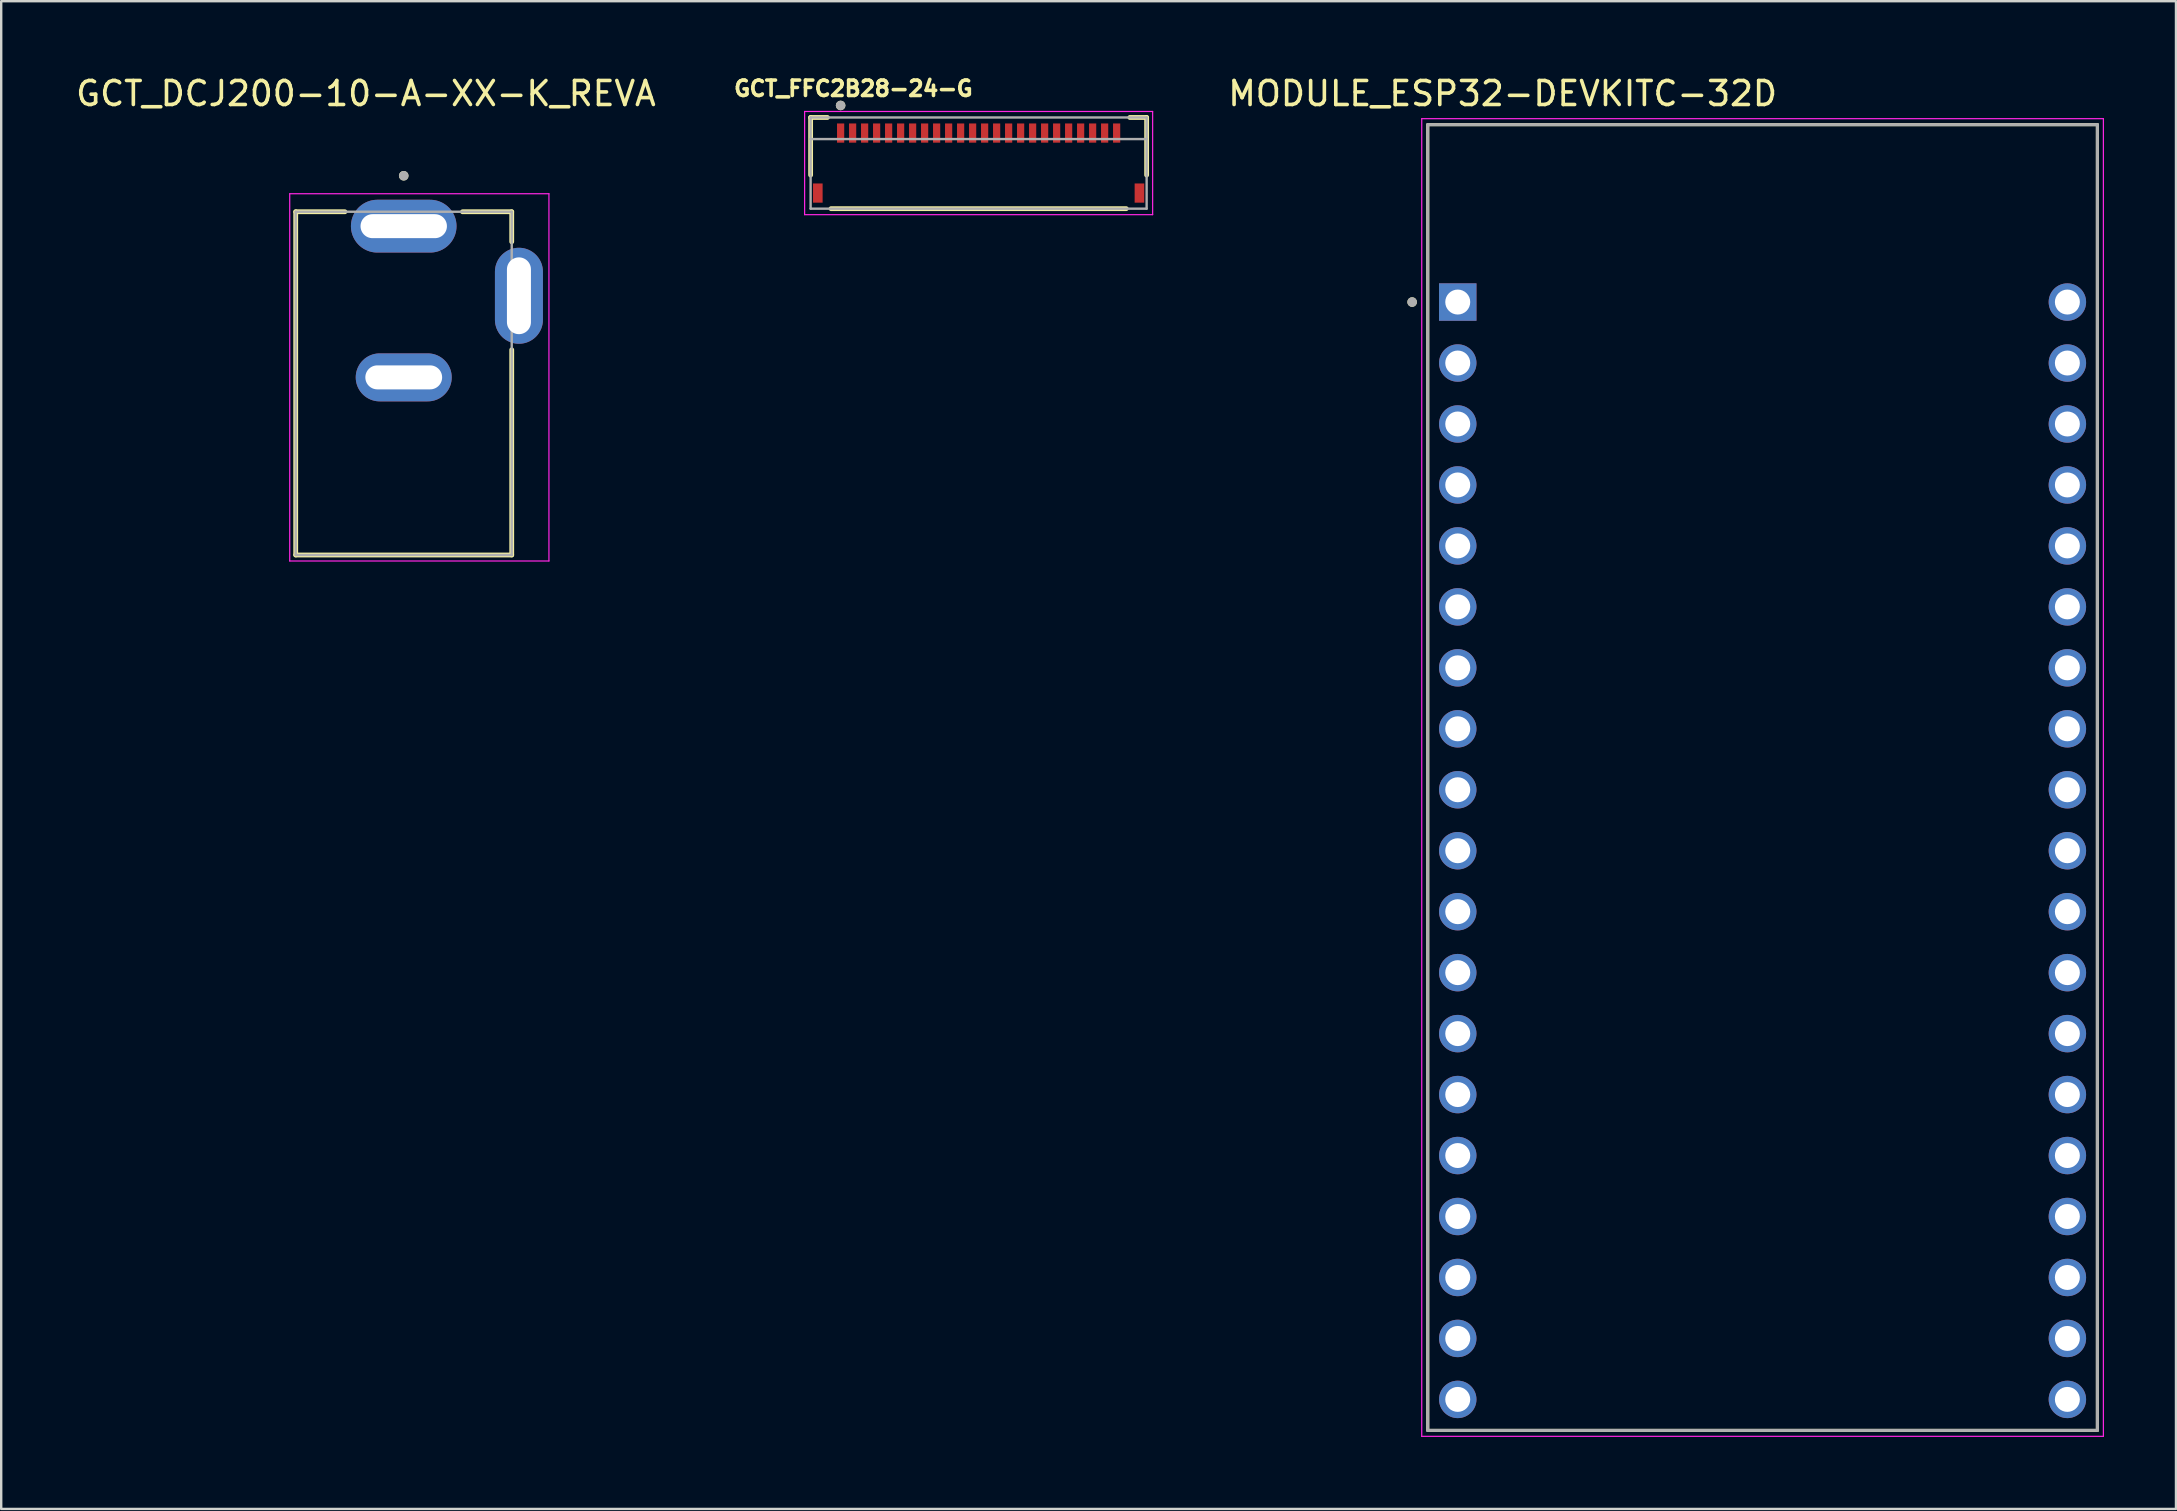
<source format=kicad_pcb>
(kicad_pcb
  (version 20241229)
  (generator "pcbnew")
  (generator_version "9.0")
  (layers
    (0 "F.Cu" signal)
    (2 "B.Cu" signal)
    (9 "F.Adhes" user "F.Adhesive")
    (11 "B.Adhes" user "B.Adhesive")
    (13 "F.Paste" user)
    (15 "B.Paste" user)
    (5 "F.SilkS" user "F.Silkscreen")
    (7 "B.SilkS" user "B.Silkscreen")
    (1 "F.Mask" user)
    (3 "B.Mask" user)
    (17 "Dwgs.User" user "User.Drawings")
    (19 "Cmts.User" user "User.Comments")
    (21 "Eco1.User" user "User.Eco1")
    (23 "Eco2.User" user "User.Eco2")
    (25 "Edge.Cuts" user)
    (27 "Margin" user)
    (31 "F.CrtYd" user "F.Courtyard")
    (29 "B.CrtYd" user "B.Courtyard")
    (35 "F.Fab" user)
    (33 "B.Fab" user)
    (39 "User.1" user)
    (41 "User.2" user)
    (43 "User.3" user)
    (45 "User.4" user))
  (footprint "GCT_FFC2B28-24-G"
    (layer "F.Cu")
    (at 37.724 3.744)
    (property "Reference" "GCT_FFC2B28-24-G" (at -5.218 -3.106 0) (layer "F.SilkS") (effects (font (size 0.64 0.64) (thickness 0.15))))
    (attr smd)
    (fp_line (start -7 -1.9) (end -6.3 -1.9) (stroke (width 0.2) (type solid)) (layer "F.SilkS"))
    (fp_line (start -7 0.5) (end -7 -1.9) (stroke (width 0.2) (type solid)) (layer "F.SilkS"))
    (fp_line (start -6.15 1.9) (end 6.15 1.9) (stroke (width 0.2) (type solid)) (layer "F.SilkS"))
    (fp_line (start 6.3 -1.9) (end 7 -1.9) (stroke (width 0.2) (type solid)) (layer "F.SilkS"))
    (fp_line (start 7 -1.9) (end 7 0.5) (stroke (width 0.2) (type solid)) (layer "F.SilkS"))
    (fp_circle (center -5.75 -2.4) (end -5.65 -2.4) (stroke (width 0.2) (type solid)) (fill no) (layer "F.SilkS"))
    (fp_line (start -7.25 -2.15) (end -7.25 2.15) (stroke (width 0.05) (type solid)) (layer "F.CrtYd"))
    (fp_line (start -7.25 2.15) (end 7.25 2.15) (stroke (width 0.05) (type solid)) (layer "F.CrtYd"))
    (fp_line (start 7.25 -2.15) (end -7.25 -2.15) (stroke (width 0.05) (type solid)) (layer "F.CrtYd"))
    (fp_line (start 7.25 2.15) (end 7.25 -2.15) (stroke (width 0.05) (type solid)) (layer "F.CrtYd"))
    (fp_line (start -7 -1.9) (end 7 -1.9) (stroke (width 0.1) (type solid)) (layer "F.Fab"))
    (fp_line (start -7 -1) (end -7 -1.9) (stroke (width 0.1) (type solid)) (layer "F.Fab"))
    (fp_line (start -7 -1) (end 7 -1) (stroke (width 0.1) (type solid)) (layer "F.Fab"))
    (fp_line (start -7 1.9) (end -7 -1) (stroke (width 0.1) (type solid)) (layer "F.Fab"))
    (fp_line (start 7 -1.9) (end 7 -1) (stroke (width 0.1) (type solid)) (layer "F.Fab"))
    (fp_line (start 7 -1) (end 7 1.9) (stroke (width 0.1) (type solid)) (layer "F.Fab"))
    (fp_line (start 7 1.9) (end -7 1.9) (stroke (width 0.1) (type solid)) (layer "F.Fab"))
    (fp_circle (center -5.75 -2.4) (end -5.65 -2.4) (stroke (width 0.2) (type solid)) (fill no) (layer "F.Fab"))
    (pad "1" smd rect (at -5.75 -1.25) (size 0.3 0.8) (layers "F.Cu" "F.Mask" "F.Paste"))
    (pad "2" smd rect (at -5.25 -1.25) (size 0.3 0.8) (layers "F.Cu" "F.Mask" "F.Paste"))
    (pad "3" smd rect (at -4.75 -1.25) (size 0.3 0.8) (layers "F.Cu" "F.Mask" "F.Paste"))
    (pad "4" smd rect (at -4.25 -1.25) (size 0.3 0.8) (layers "F.Cu" "F.Mask" "F.Paste"))
    (pad "5" smd rect (at -3.75 -1.25) (size 0.3 0.8) (layers "F.Cu" "F.Mask" "F.Paste"))
    (pad "6" smd rect (at -3.25 -1.25) (size 0.3 0.8) (layers "F.Cu" "F.Mask" "F.Paste"))
    (pad "7" smd rect (at -2.75 -1.25) (size 0.3 0.8) (layers "F.Cu" "F.Mask" "F.Paste"))
    (pad "8" smd rect (at -2.25 -1.25) (size 0.3 0.8) (layers "F.Cu" "F.Mask" "F.Paste"))
    (pad "9" smd rect (at -1.75 -1.25) (size 0.3 0.8) (layers "F.Cu" "F.Mask" "F.Paste"))
    (pad "10" smd rect (at -1.25 -1.25) (size 0.3 0.8) (layers "F.Cu" "F.Mask" "F.Paste"))
    (pad "11" smd rect (at -0.75 -1.25) (size 0.3 0.8) (layers "F.Cu" "F.Mask" "F.Paste"))
    (pad "12" smd rect (at -0.25 -1.25) (size 0.3 0.8) (layers "F.Cu" "F.Mask" "F.Paste"))
    (pad "13" smd rect (at 0.25 -1.25) (size 0.3 0.8) (layers "F.Cu" "F.Mask" "F.Paste"))
    (pad "14" smd rect (at 0.75 -1.25) (size 0.3 0.8) (layers "F.Cu" "F.Mask" "F.Paste"))
    (pad "15" smd rect (at 1.25 -1.25) (size 0.3 0.8) (layers "F.Cu" "F.Mask" "F.Paste"))
    (pad "16" smd rect (at 1.75 -1.25) (size 0.3 0.8) (layers "F.Cu" "F.Mask" "F.Paste"))
    (pad "17" smd rect (at 2.25 -1.25) (size 0.3 0.8) (layers "F.Cu" "F.Mask" "F.Paste"))
    (pad "18" smd rect (at 2.75 -1.25) (size 0.3 0.8) (layers "F.Cu" "F.Mask" "F.Paste"))
    (pad "19" smd rect (at 3.25 -1.25) (size 0.3 0.8) (layers "F.Cu" "F.Mask" "F.Paste"))
    (pad "20" smd rect (at 3.75 -1.25) (size 0.3 0.8) (layers "F.Cu" "F.Mask" "F.Paste"))
    (pad "21" smd rect (at 4.25 -1.25) (size 0.3 0.8) (layers "F.Cu" "F.Mask" "F.Paste"))
    (pad "22" smd rect (at 4.75 -1.25) (size 0.3 0.8) (layers "F.Cu" "F.Mask" "F.Paste"))
    (pad "23" smd rect (at 5.25 -1.25) (size 0.3 0.8) (layers "F.Cu" "F.Mask" "F.Paste"))
    (pad "24" smd rect (at 5.75 -1.25) (size 0.3 0.8) (layers "F.Cu" "F.Mask" "F.Paste"))
    (pad "S1" smd rect (at -6.7 1.25) (size 0.4 0.8) (layers "F.Cu" "F.Mask" "F.Paste"))
    (pad "S2" smd rect (at 6.7 1.25) (size 0.4 0.8) (layers "F.Cu" "F.Mask" "F.Paste")))
  (footprint "GCT_DCJ200-10-A-XX-K_REVA"
    (layer "F.Cu")
    (at 13.771 12.923)
    (property "Reference" "GCT_DCJ200-10-A-XX-K_REVA" (at -1.575 -12.075 0) (layer "F.SilkS") (effects (font (size 1 1) (thickness 0.15))))
    (attr through_hole)
    (fp_line (start -4.5 7.15) (end -4.5 -7.15) (stroke (width 0.2) (type solid)) (layer "F.SilkS"))
    (fp_line (start -4.5 7.15) (end 4.5 7.15) (stroke (width 0.2) (type solid)) (layer "F.SilkS"))
    (fp_line (start -2.45 -7.15) (end -4.5 -7.15) (stroke (width 0.2) (type solid)) (layer "F.SilkS"))
    (fp_line (start 2.45 -7.15) (end 4.5 -7.15) (stroke (width 0.2) (type solid)) (layer "F.SilkS"))
    (fp_line (start 4.5 -7.15) (end 4.5 -5.9) (stroke (width 0.2) (type solid)) (layer "F.SilkS"))
    (fp_line (start 4.5 7.15) (end 4.5 -1.4) (stroke (width 0.2) (type solid)) (layer "F.SilkS"))
    (fp_circle (center 0 -8.65) (end 0.1 -8.65) (stroke (width 0.2) (type solid)) (fill no) (layer "F.SilkS"))
    (fp_line (start -4.75 -7.9) (end -4.75 7.4) (stroke (width 0.05) (type solid)) (layer "F.CrtYd"))
    (fp_line (start -4.75 7.4) (end 6.05 7.4) (stroke (width 0.05) (type solid)) (layer "F.CrtYd"))
    (fp_line (start 6.05 -7.9) (end -4.75 -7.9) (stroke (width 0.05) (type solid)) (layer "F.CrtYd"))
    (fp_line (start 6.05 7.4) (end 6.05 -7.9) (stroke (width 0.05) (type solid)) (layer "F.CrtYd"))
    (fp_line (start -4.5 -7.15) (end 4.5 -7.15) (stroke (width 0.1) (type solid)) (layer "F.Fab"))
    (fp_line (start -4.5 7.15) (end -4.5 -7.15) (stroke (width 0.1) (type solid)) (layer "F.Fab"))
    (fp_line (start -4.5 7.15) (end 4.5 7.15) (stroke (width 0.1) (type solid)) (layer "F.Fab"))
    (fp_line (start 4.5 7.15) (end 4.5 -7.15) (stroke (width 0.1) (type solid)) (layer "F.Fab"))
    (fp_circle (center 0 -8.65) (end 0.1 -8.65) (stroke (width 0.2) (type solid)) (fill no) (layer "F.Fab"))
    (pad "1" thru_hole oval (at 0 -6.55) (size 4.4 2.2) (drill oval 3.6 1) (layers "*.Cu" "*.Mask"))
    (pad "2" thru_hole oval (at 0 -0.25) (size 4 2) (drill oval 3.2 1) (layers "*.Cu" "*.Mask"))
    (pad "3" thru_hole oval (at 4.8 -3.65) (size 2 4) (drill oval 1 3.2) (layers "*.Cu" "*.Mask")))
  (footprint "MODULE_ESP32-DEVKITC-32D"
    (layer "F.Cu")
    (at 70.386 29.295)
    (property "Reference" "MODULE_ESP32-DEVKITC-32D" (at -10.829 -28.446 0) (layer "F.SilkS") (effects (font (size 1 1) (thickness 0.15))))
    (attr through_hole)
    (fp_line (start -13.95 -27.15) (end 13.95 -27.15) (stroke (width 0.127) (type solid)) (layer "F.SilkS"))
    (fp_line (start -13.95 27.25) (end -13.95 -27.15) (stroke (width 0.127) (type solid)) (layer "F.SilkS"))
    (fp_line (start 13.95 -27.15) (end 13.95 27.25) (stroke (width 0.127) (type solid)) (layer "F.SilkS"))
    (fp_line (start 13.95 27.25) (end -13.95 27.25) (stroke (width 0.127) (type solid)) (layer "F.SilkS"))
    (fp_circle (center -14.6 -19.76) (end -14.5 -19.76) (stroke (width 0.2) (type solid)) (fill no) (layer "F.SilkS"))
    (fp_line (start -14.2 -27.4) (end 14.2 -27.4) (stroke (width 0.05) (type solid)) (layer "F.CrtYd"))
    (fp_line (start -14.2 27.5) (end -14.2 -27.4) (stroke (width 0.05) (type solid)) (layer "F.CrtYd"))
    (fp_line (start 14.2 -27.4) (end 14.2 27.5) (stroke (width 0.05) (type solid)) (layer "F.CrtYd"))
    (fp_line (start 14.2 27.5) (end -14.2 27.5) (stroke (width 0.05) (type solid)) (layer "F.CrtYd"))
    (fp_line (start -13.95 -27.15) (end 13.95 -27.15) (stroke (width 0.127) (type solid)) (layer "F.Fab"))
    (fp_line (start -13.95 27.25) (end -13.95 -27.15) (stroke (width 0.127) (type solid)) (layer "F.Fab"))
    (fp_line (start 13.95 -27.15) (end 13.95 27.25) (stroke (width 0.127) (type solid)) (layer "F.Fab"))
    (fp_line (start 13.95 27.25) (end -13.95 27.25) (stroke (width 0.127) (type solid)) (layer "F.Fab"))
    (fp_circle (center -14.6 -19.76) (end -14.5 -19.76) (stroke (width 0.2) (type solid)) (fill no) (layer "F.Fab"))
    (pad "J2-1" thru_hole rect (at -12.7 -19.76) (size 1.56 1.56) (drill 1.04) (layers "*.Cu" "*.Mask"))
    (pad "J2-2" thru_hole circle (at -12.7 -17.22) (size 1.56 1.56) (drill 1.04) (layers "*.Cu" "*.Mask"))
    (pad "J2-3" thru_hole circle (at -12.7 -14.68) (size 1.56 1.56) (drill 1.04) (layers "*.Cu" "*.Mask"))
    (pad "J2-4" thru_hole circle (at -12.7 -12.14) (size 1.56 1.56) (drill 1.04) (layers "*.Cu" "*.Mask"))
    (pad "J2-5" thru_hole circle (at -12.7 -9.6) (size 1.56 1.56) (drill 1.04) (layers "*.Cu" "*.Mask"))
    (pad "J2-6" thru_hole circle (at -12.7 -7.06) (size 1.56 1.56) (drill 1.04) (layers "*.Cu" "*.Mask"))
    (pad "J2-7" thru_hole circle (at -12.7 -4.52) (size 1.56 1.56) (drill 1.04) (layers "*.Cu" "*.Mask"))
    (pad "J2-8" thru_hole circle (at -12.7 -1.98) (size 1.56 1.56) (drill 1.04) (layers "*.Cu" "*.Mask"))
    (pad "J2-9" thru_hole circle (at -12.7 0.56) (size 1.56 1.56) (drill 1.04) (layers "*.Cu" "*.Mask"))
    (pad "J2-10" thru_hole circle (at -12.7 3.1) (size 1.56 1.56) (drill 1.04) (layers "*.Cu" "*.Mask"))
    (pad "J2-11" thru_hole circle (at -12.7 5.64) (size 1.56 1.56) (drill 1.04) (layers "*.Cu" "*.Mask"))
    (pad "J2-12" thru_hole circle (at -12.7 8.18) (size 1.56 1.56) (drill 1.04) (layers "*.Cu" "*.Mask"))
    (pad "J2-13" thru_hole circle (at -12.7 10.72) (size 1.56 1.56) (drill 1.04) (layers "*.Cu" "*.Mask"))
    (pad "J2-14" thru_hole circle (at -12.7 13.26) (size 1.56 1.56) (drill 1.04) (layers "*.Cu" "*.Mask"))
    (pad "J2-15" thru_hole circle (at -12.7 15.8) (size 1.56 1.56) (drill 1.04) (layers "*.Cu" "*.Mask"))
    (pad "J2-16" thru_hole circle (at -12.7 18.34) (size 1.56 1.56) (drill 1.04) (layers "*.Cu" "*.Mask"))
    (pad "J2-17" thru_hole circle (at -12.7 20.88) (size 1.56 1.56) (drill 1.04) (layers "*.Cu" "*.Mask"))
    (pad "J2-18" thru_hole circle (at -12.7 23.42) (size 1.56 1.56) (drill 1.04) (layers "*.Cu" "*.Mask"))
    (pad "J2-19" thru_hole circle (at -12.7 25.96) (size 1.56 1.56) (drill 1.04) (layers "*.Cu" "*.Mask"))
    (pad "J3-1" thru_hole circle (at 12.7 -19.76) (size 1.56 1.56) (drill 1.04) (layers "*.Cu" "*.Mask"))
    (pad "J3-2" thru_hole circle (at 12.7 -17.22) (size 1.56 1.56) (drill 1.04) (layers "*.Cu" "*.Mask"))
    (pad "J3-3" thru_hole circle (at 12.7 -14.68) (size 1.56 1.56) (drill 1.04) (layers "*.Cu" "*.Mask"))
    (pad "J3-4" thru_hole circle (at 12.7 -12.14) (size 1.56 1.56) (drill 1.04) (layers "*.Cu" "*.Mask"))
    (pad "J3-5" thru_hole circle (at 12.7 -9.6) (size 1.56 1.56) (drill 1.04) (layers "*.Cu" "*.Mask"))
    (pad "J3-6" thru_hole circle (at 12.7 -7.06) (size 1.56 1.56) (drill 1.04) (layers "*.Cu" "*.Mask"))
    (pad "J3-7" thru_hole circle (at 12.7 -4.52) (size 1.56 1.56) (drill 1.04) (layers "*.Cu" "*.Mask"))
    (pad "J3-8" thru_hole circle (at 12.7 -1.98) (size 1.56 1.56) (drill 1.04) (layers "*.Cu" "*.Mask"))
    (pad "J3-9" thru_hole circle (at 12.7 0.56) (size 1.56 1.56) (drill 1.04) (layers "*.Cu" "*.Mask"))
    (pad "J3-10" thru_hole circle (at 12.7 3.1) (size 1.56 1.56) (drill 1.04) (layers "*.Cu" "*.Mask"))
    (pad "J3-11" thru_hole circle (at 12.7 5.64) (size 1.56 1.56) (drill 1.04) (layers "*.Cu" "*.Mask"))
    (pad "J3-12" thru_hole circle (at 12.7 8.18) (size 1.56 1.56) (drill 1.04) (layers "*.Cu" "*.Mask"))
    (pad "J3-13" thru_hole circle (at 12.7 10.72) (size 1.56 1.56) (drill 1.04) (layers "*.Cu" "*.Mask"))
    (pad "J3-14" thru_hole circle (at 12.7 13.26) (size 1.56 1.56) (drill 1.04) (layers "*.Cu" "*.Mask"))
    (pad "J3-15" thru_hole circle (at 12.7 15.8) (size 1.56 1.56) (drill 1.04) (layers "*.Cu" "*.Mask"))
    (pad "J3-16" thru_hole circle (at 12.7 18.34) (size 1.56 1.56) (drill 1.04) (layers "*.Cu" "*.Mask"))
    (pad "J3-17" thru_hole circle (at 12.7 20.88) (size 1.56 1.56) (drill 1.04) (layers "*.Cu" "*.Mask"))
    (pad "J3-18" thru_hole circle (at 12.7 23.42) (size 1.56 1.56) (drill 1.04) (layers "*.Cu" "*.Mask"))
    (pad "J3-19" thru_hole circle (at 12.7 25.96) (size 1.56 1.56) (drill 1.04) (layers "*.Cu" "*.Mask")))
  (gr_rect
    (start -3 -3)
    (end 87.611 59.82)
    (stroke (width 0.1) (type default))
    (fill no)
    (layer "Edge.Cuts")))
</source>
